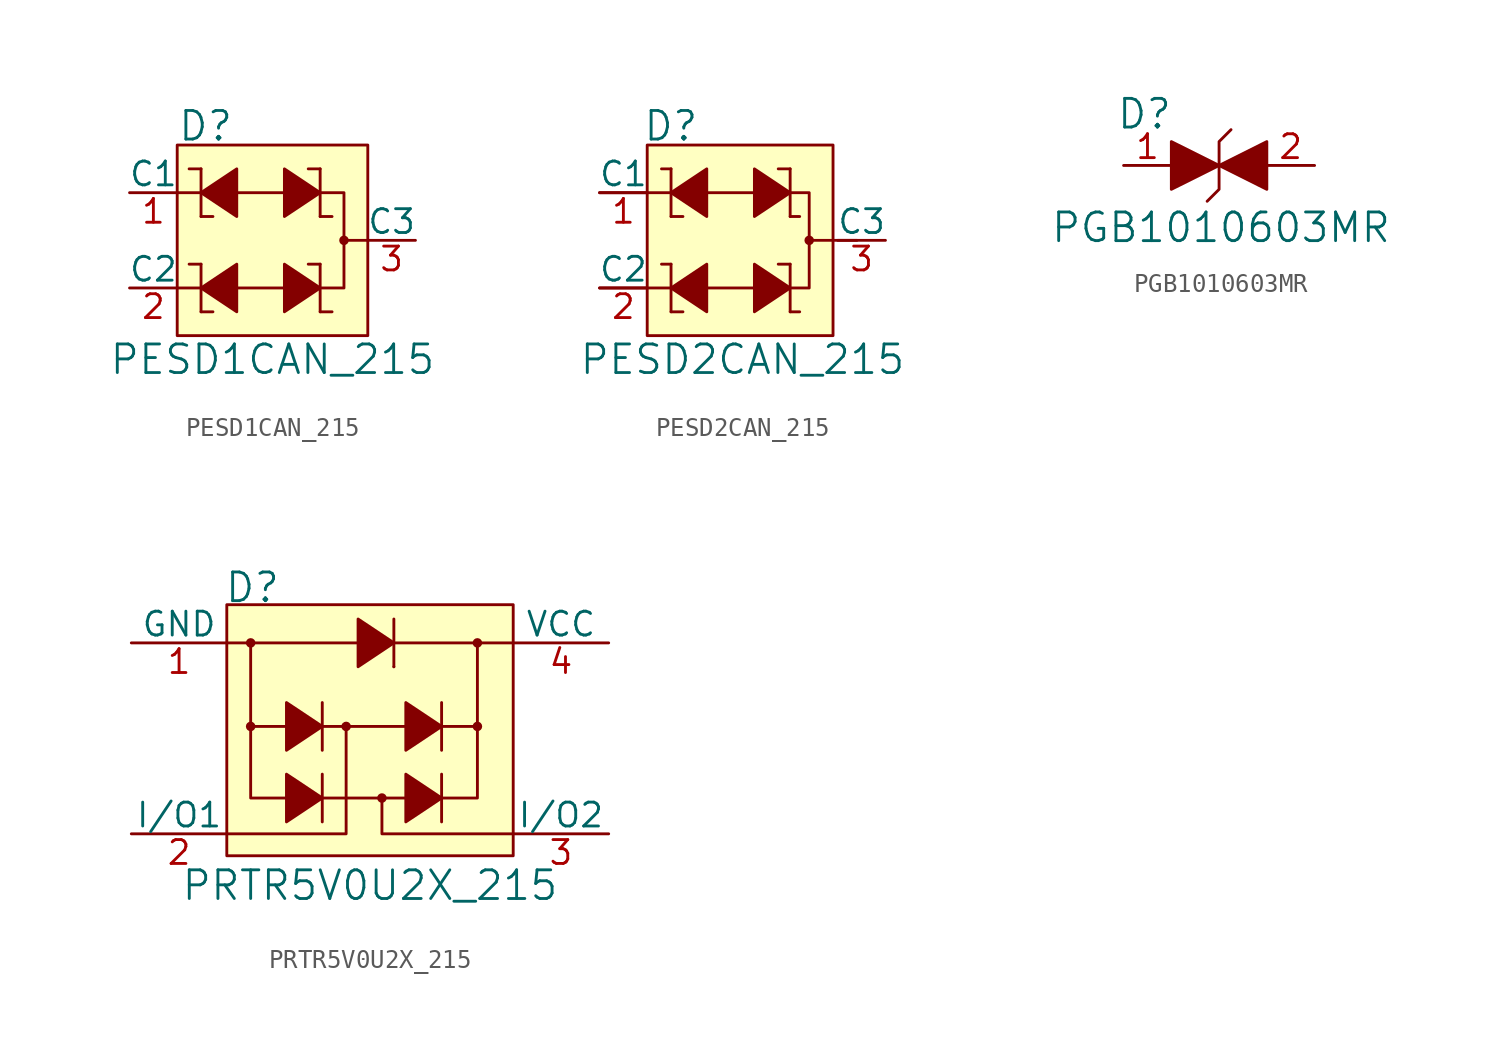
<source format=kicad_sym>
(kicad_symbol_lib
  (version 20211014)
  (generator kicad_symbol_editor)
  (symbol "PESD1CAN_215"
    (pin_names
      (offset 0))
    (property "Reference" "D"
      (at -5.08 6.096 0)
      (effects (font (size 1.524 1.524)) (justify left)))
    (property "Value" "PESD1CAN_215"
      (at 0 -6.35 0)
      (effects (font (size 1.524 1.524))))
    (symbol "PESD1CAN_215_0_1"
      (rectangle (start -5.08 5.08) (end 5.08 -5.08) (stroke (width 0) (type default) (color 0 0 0 0)) (fill (type background)))
      (polyline (pts (xy -5.08 -2.54) (xy -3.81 -2.54)) (stroke (width 0) (type default) (color 0 0 0 0)) (fill (type none)))
      (polyline (pts (xy -5.08 2.54) (xy -3.81 2.54)) (stroke (width 0) (type default) (color 0 0 0 0)) (fill (type none)))
      (polyline (pts (xy -3.81 -3.81) (xy -3.175 -3.81)) (stroke (width 0) (type default) (color 0 0 0 0)) (fill (type none)))
      (polyline (pts (xy -3.81 -1.27) (xy -4.445 -1.27)) (stroke (width 0) (type default) (color 0 0 0 0)) (fill (type none)))
      (polyline (pts (xy -3.81 -1.27) (xy -3.81 -3.81)) (stroke (width 0) (type default) (color 0 0 0 0)) (fill (type none)))
      (polyline (pts (xy -3.81 1.27) (xy -3.175 1.27)) (stroke (width 0) (type default) (color 0 0 0 0)) (fill (type none)))
      (polyline (pts (xy -3.81 3.81) (xy -4.445 3.81)) (stroke (width 0) (type default) (color 0 0 0 0)) (fill (type none)))
      (polyline (pts (xy -3.81 3.81) (xy -3.81 1.27)) (stroke (width 0) (type default) (color 0 0 0 0)) (fill (type none)))
      (polyline (pts (xy 0.635 -2.54) (xy -1.905 -2.54)) (stroke (width 0) (type default) (color 0 0 0 0)) (fill (type none)))
      (polyline (pts (xy 0.635 2.54) (xy -1.905 2.54)) (stroke (width 0) (type default) (color 0 0 0 0)) (fill (type none)))
      (polyline (pts (xy 0.635 2.54) (xy 0.635 2.54)) (stroke (width 0) (type default) (color 0 0 0 0)) (fill (type none)))
      (polyline (pts (xy 2.54 -3.81) (xy 3.175 -3.81)) (stroke (width 0) (type default) (color 0 0 0 0)) (fill (type none)))
      (polyline (pts (xy 2.54 -1.27) (xy 1.905 -1.27)) (stroke (width 0) (type default) (color 0 0 0 0)) (fill (type none)))
      (polyline (pts (xy 2.54 -1.27) (xy 2.54 -3.81)) (stroke (width 0) (type default) (color 0 0 0 0)) (fill (type none)))
      (polyline (pts (xy 2.54 1.27) (xy 3.175 1.27)) (stroke (width 0) (type default) (color 0 0 0 0)) (fill (type none)))
      (polyline (pts (xy 2.54 3.81) (xy 1.905 3.81)) (stroke (width 0) (type default) (color 0 0 0 0)) (fill (type none)))
      (polyline (pts (xy 2.54 3.81) (xy 2.54 1.27)) (stroke (width 0) (type default) (color 0 0 0 0)) (fill (type none)))
      (polyline (pts (xy 3.81 0) (xy 5.08 0)) (stroke (width 0) (type default) (color 0 0 0 0)) (fill (type none)))
      (polyline (pts (xy -1.905 -1.27) (xy -1.905 -3.81) (xy -3.81 -2.54) (xy -1.905 -1.27)) (stroke (width 0) (type default) (color 0 0 0 0)) (fill (type outline)))
      (polyline (pts (xy -1.905 1.27) (xy -1.905 3.81) (xy -3.81 2.54) (xy -1.905 1.27)) (stroke (width 0) (type default) (color 0 0 0 0)) (fill (type outline)))
      (polyline (pts (xy 0.635 -1.27) (xy 0.635 -3.81) (xy 2.54 -2.54) (xy 0.635 -1.27)) (stroke (width 0) (type default) (color 0 0 0 0)) (fill (type outline)))
      (polyline (pts (xy 0.635 3.81) (xy 0.635 1.27) (xy 2.54 2.54) (xy 0.635 3.81)) (stroke (width 0) (type default) (color 0 0 0 0)) (fill (type outline)))
      (polyline (pts (xy 2.54 2.54) (xy 3.81 2.54) (xy 3.81 -2.54) (xy 2.54 -2.54)) (stroke (width 0) (type default) (color 0 0 0 0)) (fill (type none)))
      (circle (center 3.81 0) (radius 0.178) (stroke (width 0) (type default) (color 0 0 0 0)) (fill (type outline))))
    (symbol "PESD1CAN_215_1_1"
      (pin passive line (at -7.62 2.54 0) (length 2.54) (name "C1" (effects (font (size 1.27 1.27)))) (number "1" (effects (font (size 1.27 1.27)))))
      (pin passive line (at -7.62 -2.54 0) (length 2.54) (name "C2" (effects (font (size 1.27 1.27)))) (number "2" (effects (font (size 1.27 1.27)))))
      (pin passive line (at 7.62 0 180) (length 2.54) (name "C3" (effects (font (size 1.27 1.27)))) (number "3" (effects (font (size 1.27 1.27)))))))
  (symbol "PESD2CAN_215"
    (pin_names
      (offset 0))
    (property "Reference" "D"
      (at -5.334 6.096 0)
      (effects (font (size 1.524 1.524)) (justify left)))
    (property "Value" "PESD2CAN_215"
      (at 0 -6.35 0)
      (effects (font (size 1.524 1.524))))
    (symbol "PESD2CAN_215_0_1"
      (rectangle (start -5.08 5.08) (end 4.826 -5.08) (stroke (width 0) (type default) (color 0 0 0 0)) (fill (type background)))
      (polyline (pts (xy -3.81 -3.81) (xy -3.175 -3.81)) (stroke (width 0) (type default) (color 0 0 0 0)) (fill (type none)))
      (polyline (pts (xy -3.81 -2.54) (xy -7.62 -2.54)) (stroke (width 0) (type default) (color 0 0 0 0)) (fill (type none)))
      (polyline (pts (xy -3.81 -1.27) (xy -4.318 -1.27)) (stroke (width 0) (type default) (color 0 0 0 0)) (fill (type none)))
      (polyline (pts (xy -3.81 -1.27) (xy -3.81 -3.81)) (stroke (width 0) (type default) (color 0 0 0 0)) (fill (type none)))
      (polyline (pts (xy -3.81 1.27) (xy -3.175 1.27)) (stroke (width 0) (type default) (color 0 0 0 0)) (fill (type none)))
      (polyline (pts (xy -3.81 2.54) (xy -7.62 2.54)) (stroke (width 0) (type default) (color 0 0 0 0)) (fill (type none)))
      (polyline (pts (xy -3.81 3.81) (xy -4.318 3.81)) (stroke (width 0) (type default) (color 0 0 0 0)) (fill (type none)))
      (polyline (pts (xy -3.81 3.81) (xy -3.81 1.27)) (stroke (width 0) (type default) (color 0 0 0 0)) (fill (type none)))
      (polyline (pts (xy 0.635 -2.54) (xy -1.905 -2.54)) (stroke (width 0) (type default) (color 0 0 0 0)) (fill (type none)))
      (polyline (pts (xy 0.635 2.54) (xy -1.905 2.54)) (stroke (width 0) (type default) (color 0 0 0 0)) (fill (type none)))
      (polyline (pts (xy 0.635 2.54) (xy 0.635 2.54)) (stroke (width 0) (type default) (color 0 0 0 0)) (fill (type none)))
      (polyline (pts (xy 2.54 -3.81) (xy 3.048 -3.81)) (stroke (width 0) (type default) (color 0 0 0 0)) (fill (type none)))
      (polyline (pts (xy 2.54 -1.27) (xy 1.905 -1.27)) (stroke (width 0) (type default) (color 0 0 0 0)) (fill (type none)))
      (polyline (pts (xy 2.54 -1.27) (xy 2.54 -3.81)) (stroke (width 0) (type default) (color 0 0 0 0)) (fill (type none)))
      (polyline (pts (xy 2.54 1.27) (xy 3.048 1.27)) (stroke (width 0) (type default) (color 0 0 0 0)) (fill (type none)))
      (polyline (pts (xy 2.54 3.81) (xy 1.905 3.81)) (stroke (width 0) (type default) (color 0 0 0 0)) (fill (type none)))
      (polyline (pts (xy 2.54 3.81) (xy 2.54 1.27)) (stroke (width 0) (type default) (color 0 0 0 0)) (fill (type none)))
      (polyline (pts (xy 3.556 0) (xy 6.096 0)) (stroke (width 0) (type default) (color 0 0 0 0)) (fill (type none)))
      (polyline (pts (xy -1.905 -1.27) (xy -1.905 -3.81) (xy -3.81 -2.54) (xy -1.905 -1.27)) (stroke (width 0) (type default) (color 0 0 0 0)) (fill (type outline)))
      (polyline (pts (xy -1.905 1.27) (xy -1.905 3.81) (xy -3.81 2.54) (xy -1.905 1.27)) (stroke (width 0) (type default) (color 0 0 0 0)) (fill (type outline)))
      (polyline (pts (xy 0.635 -1.27) (xy 0.635 -3.81) (xy 2.54 -2.54) (xy 0.635 -1.27)) (stroke (width 0) (type default) (color 0 0 0 0)) (fill (type outline)))
      (polyline (pts (xy 0.635 3.81) (xy 0.635 1.27) (xy 2.54 2.54) (xy 0.635 3.81)) (stroke (width 0) (type default) (color 0 0 0 0)) (fill (type outline)))
      (polyline (pts (xy 1.016 2.54) (xy 3.556 2.54) (xy 3.556 -2.54) (xy 1.016 -2.54)) (stroke (width 0) (type default) (color 0 0 0 0)) (fill (type none)))
      (circle (center 3.556 0) (radius 0.178) (stroke (width 0) (type default) (color 0 0 0 0)) (fill (type outline))))
    (symbol "PESD2CAN_215_1_1"
      (pin bidirectional line (at -7.62 2.54 0) (length 2.54) (name "C1" (effects (font (size 1.27 1.27)))) (number "1" (effects (font (size 1.27 1.27)))))
      (pin bidirectional line (at -7.62 -2.54 0) (length 2.54) (name "C2" (effects (font (size 1.27 1.27)))) (number "2" (effects (font (size 1.27 1.27)))))
      (pin bidirectional line (at 7.62 0 180) (length 2.54) (name "C3" (effects (font (size 1.27 1.27)))) (number "3" (effects (font (size 1.27 1.27)))))))
  (symbol "PGB1010603MR"
    (pin_names
      (offset 1.016))
    (property "Reference" "D"
      (at -5.486 2.743 0)
      (effects (font (size 1.524 1.524)) (justify left)))
    (property "Value" "PGB1010603MR"
      (at 0.102 -3.302 0)
      (effects (font (size 1.524 1.524))))
    (symbol "PGB1010603MR_0_1"
      (polyline (pts (xy 0 0) (xy 0 -1.27) (xy -0.635 -1.905)) (stroke (width 0) (type default) (color 0 0 0 0)) (fill (type none)))
      (polyline (pts (xy 0 0) (xy 0 1.27) (xy 0.635 1.905)) (stroke (width 0) (type default) (color 0 0 0 0)) (fill (type none)))
      (polyline (pts (xy -2.54 1.27) (xy -2.54 -1.27) (xy 0 0) (xy -2.54 1.27)) (stroke (width 0) (type default) (color 0 0 0 0)) (fill (type outline)))
      (polyline (pts (xy 2.54 1.27) (xy 2.54 -1.27) (xy 0 0) (xy 2.54 1.27)) (stroke (width 0) (type default) (color 0 0 0 0)) (fill (type outline))))
    (symbol "PGB1010603MR_1_1"
      (pin passive line (at -5.08 0 0) (length 2.54) (name "~" (effects (font (size 1.27 1.27)))) (number "1" (effects (font (size 1.27 1.27)))))
      (pin passive line (at 5.08 0 180) (length 2.54) (name "~" (effects (font (size 1.27 1.27)))) (number "2" (effects (font (size 1.27 1.27)))))))
  (symbol "PRTR5V0U2X_215"
    (pin_names
      (offset 0))
    (property "Reference" "D"
      (at -7.772 8.026 0)
      (effects (font (size 1.524 1.524)) (justify left)))
    (property "Value" "PRTR5V0U2X_215"
      (at 0 -7.823 0)
      (effects (font (size 1.524 1.524))))
    (symbol "PRTR5V0U2X_215_0_1"
      (rectangle (start -7.62 7.112) (end 7.62 -6.248) (stroke (width 0) (type default) (color 0 0 0 0)) (fill (type background)))
      (circle (center -6.35 0.635) (radius 0.178) (stroke (width 0) (type default) (color 0 0 0 0)) (fill (type outline)))
      (circle (center -6.35 5.08) (radius 0.178) (stroke (width 0) (type default) (color 0 0 0 0)) (fill (type outline)))
      (circle (center -1.27 0.635) (radius 0.178) (stroke (width 0) (type default) (color 0 0 0 0)) (fill (type outline)))
      (polyline (pts (xy -4.445 0.635) (xy -6.35 0.635)) (stroke (width 0) (type default) (color 0 0 0 0)) (fill (type none)))
      (polyline (pts (xy -2.54 -3.175) (xy 1.905 -3.175)) (stroke (width 0) (type default) (color 0 0 0 0)) (fill (type none)))
      (polyline (pts (xy -2.54 -1.905) (xy -2.54 -4.445)) (stroke (width 0) (type default) (color 0 0 0 0)) (fill (type none)))
      (polyline (pts (xy -2.54 0.635) (xy 1.905 0.635)) (stroke (width 0) (type default) (color 0 0 0 0)) (fill (type outline)))
      (polyline (pts (xy -2.54 1.905) (xy -2.54 -0.635)) (stroke (width 0) (type default) (color 0 0 0 0)) (fill (type none)))
      (polyline (pts (xy -0.635 5.08) (xy -7.62 5.08)) (stroke (width 0) (type default) (color 0 0 0 0)) (fill (type none)))
      (polyline (pts (xy 1.27 3.81) (xy 1.27 3.81)) (stroke (width 0) (type default) (color 0 0 0 0)) (fill (type none)))
      (polyline (pts (xy 1.27 6.35) (xy 1.27 3.81)) (stroke (width 0) (type default) (color 0 0 0 0)) (fill (type none)))
      (polyline (pts (xy 3.81 -1.905) (xy 3.81 -4.445)) (stroke (width 0) (type default) (color 0 0 0 0)) (fill (type none)))
      (polyline (pts (xy 3.81 1.905) (xy 3.81 -0.635)) (stroke (width 0) (type default) (color 0 0 0 0)) (fill (type none)))
      (polyline (pts (xy 5.715 0.635) (xy 3.81 0.635)) (stroke (width 0) (type default) (color 0 0 0 0)) (fill (type none)))
      (polyline (pts (xy 7.62 5.08) (xy 1.27 5.08)) (stroke (width 0) (type default) (color 0 0 0 0)) (fill (type none)))
      (polyline (pts (xy -4.445 -3.175) (xy -6.35 -3.175) (xy -6.35 5.08)) (stroke (width 0) (type default) (color 0 0 0 0)) (fill (type none)))
      (polyline (pts (xy -1.27 0.635) (xy -1.27 -5.08) (xy -7.62 -5.08)) (stroke (width 0) (type default) (color 0 0 0 0)) (fill (type none)))
      (polyline (pts (xy 3.81 -3.175) (xy 5.715 -3.175) (xy 5.715 5.08)) (stroke (width 0) (type default) (color 0 0 0 0)) (fill (type none)))
      (polyline (pts (xy 7.62 -5.08) (xy 0.635 -5.08) (xy 0.635 -3.175)) (stroke (width 0) (type default) (color 0 0 0 0)) (fill (type none)))
      (polyline (pts (xy -4.445 -1.905) (xy -4.445 -4.445) (xy -2.54 -3.175) (xy -4.445 -1.905)) (stroke (width 0) (type default) (color 0 0 0 0)) (fill (type outline)))
      (polyline (pts (xy -4.445 1.905) (xy -4.445 -0.635) (xy -2.54 0.635) (xy -4.445 1.905)) (stroke (width 0) (type default) (color 0 0 0 0)) (fill (type outline)))
      (polyline (pts (xy -0.635 6.35) (xy -0.635 3.81) (xy 1.27 5.08) (xy -0.635 6.35)) (stroke (width 0) (type default) (color 0 0 0 0)) (fill (type outline)))
      (polyline (pts (xy 1.905 -1.905) (xy 1.905 -4.445) (xy 3.81 -3.175) (xy 1.905 -1.905)) (stroke (width 0) (type default) (color 0 0 0 0)) (fill (type outline)))
      (polyline (pts (xy 1.905 1.905) (xy 1.905 -0.635) (xy 3.81 0.635) (xy 1.905 1.905)) (stroke (width 0) (type default) (color 0 0 0 0)) (fill (type outline)))
      (circle (center 0.635 -3.175) (radius 0.178) (stroke (width 0) (type default) (color 0 0 0 0)) (fill (type outline)))
      (circle (center 5.715 0.635) (radius 0.178) (stroke (width 0) (type default) (color 0 0 0 0)) (fill (type outline)))
      (circle (center 5.715 5.08) (radius 0.178) (stroke (width 0) (type default) (color 0 0 0 0)) (fill (type outline))))
    (symbol "PRTR5V0U2X_215_1_1"
      (pin output line (at -12.7 5.08 0) (length 5.08) (name "GND" (effects (font (size 1.27 1.27)))) (number "1" (effects (font (size 1.27 1.27)))))
      (pin output line (at -12.7 -5.08 0) (length 5.08) (name "I/O1" (effects (font (size 1.27 1.27)))) (number "2" (effects (font (size 1.27 1.27)))))
      (pin output line (at 12.7 -5.08 180) (length 5.08) (name "I/O2" (effects (font (size 1.27 1.27)))) (number "3" (effects (font (size 1.27 1.27)))))
      (pin output line (at 12.7 5.08 180) (length 5.08) (name "VCC" (effects (font (size 1.27 1.27)))) (number "4" (effects (font (size 1.27 1.27))))))))
</source>
